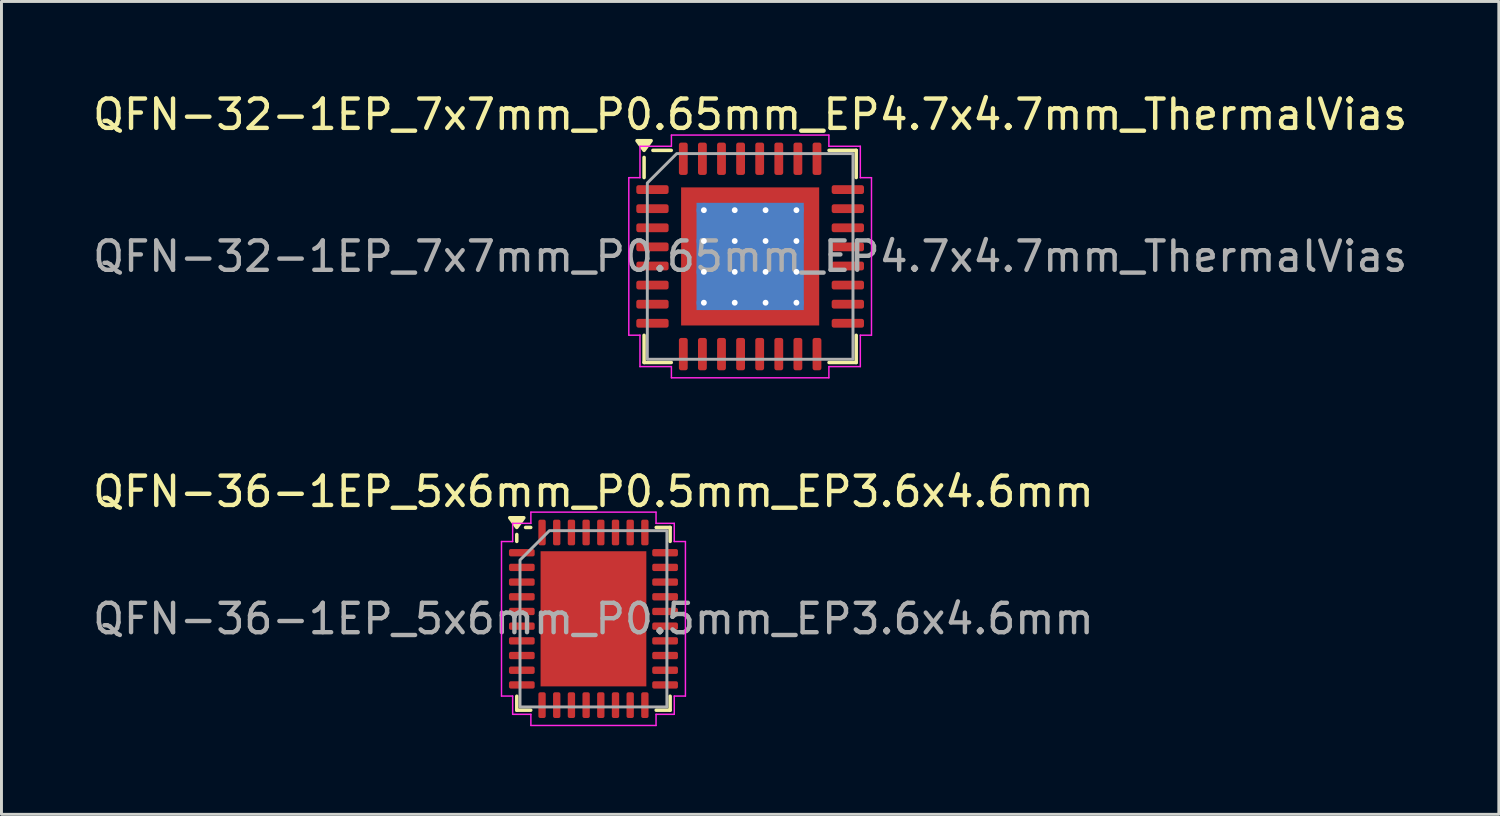
<source format=kicad_pcb>
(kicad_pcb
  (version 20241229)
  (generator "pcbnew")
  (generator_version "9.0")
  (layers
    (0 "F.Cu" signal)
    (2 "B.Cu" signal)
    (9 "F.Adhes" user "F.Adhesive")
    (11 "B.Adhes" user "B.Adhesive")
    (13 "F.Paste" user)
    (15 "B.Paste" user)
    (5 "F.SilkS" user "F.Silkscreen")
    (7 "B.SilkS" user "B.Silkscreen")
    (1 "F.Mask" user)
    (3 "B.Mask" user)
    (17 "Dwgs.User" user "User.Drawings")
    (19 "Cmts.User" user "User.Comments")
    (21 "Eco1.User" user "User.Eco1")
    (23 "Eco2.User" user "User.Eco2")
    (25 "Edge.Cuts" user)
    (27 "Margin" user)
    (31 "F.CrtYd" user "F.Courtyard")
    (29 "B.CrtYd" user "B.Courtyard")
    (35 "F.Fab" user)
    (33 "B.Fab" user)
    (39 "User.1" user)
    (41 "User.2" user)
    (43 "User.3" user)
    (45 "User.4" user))
  (footprint "QFN-36-1EP_5x6mm_P0.5mm_EP3.6x4.6mm"
    (layer "F.Cu")
    (at 17.149 18.012)
    (property "Reference" "QFN-36-1EP_5x6mm_P0.5mm_EP3.6x4.6mm" (at 0 -4.33 0) (layer "F.SilkS") (effects (font (size 1 1) (thickness 0.15))))
    (attr smd)
    (fp_line (start -2.61 -2.635) (end -2.61 -2.87) (stroke (width 0.12) (type solid)) (layer "F.SilkS"))
    (fp_line (start -2.61 3.11) (end -2.61 2.635) (stroke (width 0.12) (type solid)) (layer "F.SilkS"))
    (fp_line (start -2.135 -3.11) (end -2.31 -3.11) (stroke (width 0.12) (type solid)) (layer "F.SilkS"))
    (fp_line (start -2.135 3.11) (end -2.61 3.11) (stroke (width 0.12) (type solid)) (layer "F.SilkS"))
    (fp_line (start 2.135 -3.11) (end 2.61 -3.11) (stroke (width 0.12) (type solid)) (layer "F.SilkS"))
    (fp_line (start 2.135 3.11) (end 2.61 3.11) (stroke (width 0.12) (type solid)) (layer "F.SilkS"))
    (fp_line (start 2.61 -3.11) (end 2.61 -2.635) (stroke (width 0.12) (type solid)) (layer "F.SilkS"))
    (fp_line (start 2.61 3.11) (end 2.61 2.635) (stroke (width 0.12) (type solid)) (layer "F.SilkS"))
    (fp_poly (pts (xy -2.61 -3.11) (xy -2.85 -3.44) (xy -2.37 -3.44)) (stroke (width 0.12) (type solid)) (fill yes) (layer "F.SilkS"))
    (fp_line (start -3.13 -2.63) (end -2.75 -2.63) (stroke (width 0.05) (type solid)) (layer "F.CrtYd"))
    (fp_line (start -3.13 2.63) (end -3.13 -2.63) (stroke (width 0.05) (type solid)) (layer "F.CrtYd"))
    (fp_line (start -2.75 -3.25) (end -2.13 -3.25) (stroke (width 0.05) (type solid)) (layer "F.CrtYd"))
    (fp_line (start -2.75 -2.63) (end -2.75 -3.25) (stroke (width 0.05) (type solid)) (layer "F.CrtYd"))
    (fp_line (start -2.75 2.63) (end -3.13 2.63) (stroke (width 0.05) (type solid)) (layer "F.CrtYd"))
    (fp_line (start -2.75 3.25) (end -2.75 2.63) (stroke (width 0.05) (type solid)) (layer "F.CrtYd"))
    (fp_line (start -2.13 -3.63) (end 2.13 -3.63) (stroke (width 0.05) (type solid)) (layer "F.CrtYd"))
    (fp_line (start -2.13 -3.25) (end -2.13 -3.63) (stroke (width 0.05) (type solid)) (layer "F.CrtYd"))
    (fp_line (start -2.13 3.25) (end -2.75 3.25) (stroke (width 0.05) (type solid)) (layer "F.CrtYd"))
    (fp_line (start -2.13 3.63) (end -2.13 3.25) (stroke (width 0.05) (type solid)) (layer "F.CrtYd"))
    (fp_line (start 2.13 -3.63) (end 2.13 -3.25) (stroke (width 0.05) (type solid)) (layer "F.CrtYd"))
    (fp_line (start 2.13 -3.25) (end 2.75 -3.25) (stroke (width 0.05) (type solid)) (layer "F.CrtYd"))
    (fp_line (start 2.13 3.25) (end 2.13 3.63) (stroke (width 0.05) (type solid)) (layer "F.CrtYd"))
    (fp_line (start 2.13 3.63) (end -2.13 3.63) (stroke (width 0.05) (type solid)) (layer "F.CrtYd"))
    (fp_line (start 2.75 -3.25) (end 2.75 -2.63) (stroke (width 0.05) (type solid)) (layer "F.CrtYd"))
    (fp_line (start 2.75 -2.63) (end 3.13 -2.63) (stroke (width 0.05) (type solid)) (layer "F.CrtYd"))
    (fp_line (start 2.75 2.63) (end 2.75 3.25) (stroke (width 0.05) (type solid)) (layer "F.CrtYd"))
    (fp_line (start 2.75 3.25) (end 2.13 3.25) (stroke (width 0.05) (type solid)) (layer "F.CrtYd"))
    (fp_line (start 3.13 -2.63) (end 3.13 2.63) (stroke (width 0.05) (type solid)) (layer "F.CrtYd"))
    (fp_line (start 3.13 2.63) (end 2.75 2.63) (stroke (width 0.05) (type solid)) (layer "F.CrtYd"))
    (fp_poly (pts (xy -2.5 -2) (xy -2.5 3) (xy 2.5 3) (xy 2.5 -3) (xy -1.5 -3)) (stroke (width 0.1) (type solid)) (fill no) (layer "F.Fab"))
    (fp_text user "${REFERENCE}" (at 0 0 0) (layer "F.Fab") (effects (font (size 1 1) (thickness 0.15))))
    (pad "" smd roundrect (at -1.2 -1.725) (size 0.97 0.93) (layers "F.Paste") (roundrect_rratio 0.25))
    (pad "" smd roundrect (at -1.2 -0.575) (size 0.97 0.93) (layers "F.Paste") (roundrect_rratio 0.25))
    (pad "" smd roundrect (at -1.2 0.575) (size 0.97 0.93) (layers "F.Paste") (roundrect_rratio 0.25))
    (pad "" smd roundrect (at -1.2 1.725) (size 0.97 0.93) (layers "F.Paste") (roundrect_rratio 0.25))
    (pad "" smd roundrect (at 0 -1.725) (size 0.97 0.93) (layers "F.Paste") (roundrect_rratio 0.25))
    (pad "" smd roundrect (at 0 -0.575) (size 0.97 0.93) (layers "F.Paste") (roundrect_rratio 0.25))
    (pad "" smd roundrect (at 0 0.575) (size 0.97 0.93) (layers "F.Paste") (roundrect_rratio 0.25))
    (pad "" smd roundrect (at 0 1.725) (size 0.97 0.93) (layers "F.Paste") (roundrect_rratio 0.25))
    (pad "" smd roundrect (at 1.2 -1.725) (size 0.97 0.93) (layers "F.Paste") (roundrect_rratio 0.25))
    (pad "" smd roundrect (at 1.2 -0.575) (size 0.97 0.93) (layers "F.Paste") (roundrect_rratio 0.25))
    (pad "" smd roundrect (at 1.2 0.575) (size 0.97 0.93) (layers "F.Paste") (roundrect_rratio 0.25))
    (pad "" smd roundrect (at 1.2 1.725) (size 0.97 0.93) (layers "F.Paste") (roundrect_rratio 0.25))
    (pad "1" smd roundrect (at -2.438 -2.25) (size 0.875 0.25) (layers "F.Cu" "F.Mask" "F.Paste") (roundrect_rratio 0.25))
    (pad "2" smd roundrect (at -2.438 -1.75) (size 0.875 0.25) (layers "F.Cu" "F.Mask" "F.Paste") (roundrect_rratio 0.25))
    (pad "3" smd roundrect (at -2.438 -1.25) (size 0.875 0.25) (layers "F.Cu" "F.Mask" "F.Paste") (roundrect_rratio 0.25))
    (pad "4" smd roundrect (at -2.438 -0.75) (size 0.875 0.25) (layers "F.Cu" "F.Mask" "F.Paste") (roundrect_rratio 0.25))
    (pad "5" smd roundrect (at -2.438 -0.25) (size 0.875 0.25) (layers "F.Cu" "F.Mask" "F.Paste") (roundrect_rratio 0.25))
    (pad "6" smd roundrect (at -2.438 0.25) (size 0.875 0.25) (layers "F.Cu" "F.Mask" "F.Paste") (roundrect_rratio 0.25))
    (pad "7" smd roundrect (at -2.438 0.75) (size 0.875 0.25) (layers "F.Cu" "F.Mask" "F.Paste") (roundrect_rratio 0.25))
    (pad "8" smd roundrect (at -2.438 1.25) (size 0.875 0.25) (layers "F.Cu" "F.Mask" "F.Paste") (roundrect_rratio 0.25))
    (pad "9" smd roundrect (at -2.438 1.75) (size 0.875 0.25) (layers "F.Cu" "F.Mask" "F.Paste") (roundrect_rratio 0.25))
    (pad "10" smd roundrect (at -2.438 2.25) (size 0.875 0.25) (layers "F.Cu" "F.Mask" "F.Paste") (roundrect_rratio 0.25))
    (pad "11" smd roundrect (at -1.75 2.938) (size 0.25 0.875) (layers "F.Cu" "F.Mask" "F.Paste") (roundrect_rratio 0.25))
    (pad "12" smd roundrect (at -1.25 2.938) (size 0.25 0.875) (layers "F.Cu" "F.Mask" "F.Paste") (roundrect_rratio 0.25))
    (pad "13" smd roundrect (at -0.75 2.938) (size 0.25 0.875) (layers "F.Cu" "F.Mask" "F.Paste") (roundrect_rratio 0.25))
    (pad "14" smd roundrect (at -0.25 2.938) (size 0.25 0.875) (layers "F.Cu" "F.Mask" "F.Paste") (roundrect_rratio 0.25))
    (pad "15" smd roundrect (at 0.25 2.938) (size 0.25 0.875) (layers "F.Cu" "F.Mask" "F.Paste") (roundrect_rratio 0.25))
    (pad "16" smd roundrect (at 0.75 2.938) (size 0.25 0.875) (layers "F.Cu" "F.Mask" "F.Paste") (roundrect_rratio 0.25))
    (pad "17" smd roundrect (at 1.25 2.938) (size 0.25 0.875) (layers "F.Cu" "F.Mask" "F.Paste") (roundrect_rratio 0.25))
    (pad "18" smd roundrect (at 1.75 2.938) (size 0.25 0.875) (layers "F.Cu" "F.Mask" "F.Paste") (roundrect_rratio 0.25))
    (pad "19" smd roundrect (at 2.438 2.25) (size 0.875 0.25) (layers "F.Cu" "F.Mask" "F.Paste") (roundrect_rratio 0.25))
    (pad "20" smd roundrect (at 2.438 1.75) (size 0.875 0.25) (layers "F.Cu" "F.Mask" "F.Paste") (roundrect_rratio 0.25))
    (pad "21" smd roundrect (at 2.438 1.25) (size 0.875 0.25) (layers "F.Cu" "F.Mask" "F.Paste") (roundrect_rratio 0.25))
    (pad "22" smd roundrect (at 2.438 0.75) (size 0.875 0.25) (layers "F.Cu" "F.Mask" "F.Paste") (roundrect_rratio 0.25))
    (pad "23" smd roundrect (at 2.438 0.25) (size 0.875 0.25) (layers "F.Cu" "F.Mask" "F.Paste") (roundrect_rratio 0.25))
    (pad "24" smd roundrect (at 2.438 -0.25) (size 0.875 0.25) (layers "F.Cu" "F.Mask" "F.Paste") (roundrect_rratio 0.25))
    (pad "25" smd roundrect (at 2.438 -0.75) (size 0.875 0.25) (layers "F.Cu" "F.Mask" "F.Paste") (roundrect_rratio 0.25))
    (pad "26" smd roundrect (at 2.438 -1.25) (size 0.875 0.25) (layers "F.Cu" "F.Mask" "F.Paste") (roundrect_rratio 0.25))
    (pad "27" smd roundrect (at 2.438 -1.75) (size 0.875 0.25) (layers "F.Cu" "F.Mask" "F.Paste") (roundrect_rratio 0.25))
    (pad "28" smd roundrect (at 2.438 -2.25) (size 0.875 0.25) (layers "F.Cu" "F.Mask" "F.Paste") (roundrect_rratio 0.25))
    (pad "29" smd roundrect (at 1.75 -2.938) (size 0.25 0.875) (layers "F.Cu" "F.Mask" "F.Paste") (roundrect_rratio 0.25))
    (pad "30" smd roundrect (at 1.25 -2.938) (size 0.25 0.875) (layers "F.Cu" "F.Mask" "F.Paste") (roundrect_rratio 0.25))
    (pad "31" smd roundrect (at 0.75 -2.938) (size 0.25 0.875) (layers "F.Cu" "F.Mask" "F.Paste") (roundrect_rratio 0.25))
    (pad "32" smd roundrect (at 0.25 -2.938) (size 0.25 0.875) (layers "F.Cu" "F.Mask" "F.Paste") (roundrect_rratio 0.25))
    (pad "33" smd roundrect (at -0.25 -2.938) (size 0.25 0.875) (layers "F.Cu" "F.Mask" "F.Paste") (roundrect_rratio 0.25))
    (pad "34" smd roundrect (at -0.75 -2.938) (size 0.25 0.875) (layers "F.Cu" "F.Mask" "F.Paste") (roundrect_rratio 0.25))
    (pad "35" smd roundrect (at -1.25 -2.938) (size 0.25 0.875) (layers "F.Cu" "F.Mask" "F.Paste") (roundrect_rratio 0.25))
    (pad "36" smd roundrect (at -1.75 -2.938) (size 0.25 0.875) (layers "F.Cu" "F.Mask" "F.Paste") (roundrect_rratio 0.25))
    (pad "37" smd rect (at 0 0) (size 3.6 4.6) (property pad_prop_heatsink) (layers "F.Cu" "F.Mask")))
  (footprint "QFN-32-1EP_7x7mm_P0.65mm_EP4.7x4.7mm_ThermalVias"
    (layer "F.Cu")
    (at 22.482 5.678)
    (property "Reference" "QFN-32-1EP_7x7mm_P0.65mm_EP4.7x4.7mm_ThermalVias" (at 0 -4.83 0) (layer "F.SilkS") (effects (font (size 1 1) (thickness 0.15))))
    (attr smd)
    (fp_line (start -3.61 -2.685) (end -3.61 -3.37) (stroke (width 0.12) (type solid)) (layer "F.SilkS"))
    (fp_line (start -3.61 3.61) (end -3.61 2.685) (stroke (width 0.12) (type solid)) (layer "F.SilkS"))
    (fp_line (start -2.685 -3.61) (end -3.31 -3.61) (stroke (width 0.12) (type solid)) (layer "F.SilkS"))
    (fp_line (start -2.685 3.61) (end -3.61 3.61) (stroke (width 0.12) (type solid)) (layer "F.SilkS"))
    (fp_line (start 2.685 -3.61) (end 3.61 -3.61) (stroke (width 0.12) (type solid)) (layer "F.SilkS"))
    (fp_line (start 2.685 3.61) (end 3.61 3.61) (stroke (width 0.12) (type solid)) (layer "F.SilkS"))
    (fp_line (start 3.61 -3.61) (end 3.61 -2.685) (stroke (width 0.12) (type solid)) (layer "F.SilkS"))
    (fp_line (start 3.61 3.61) (end 3.61 2.685) (stroke (width 0.12) (type solid)) (layer "F.SilkS"))
    (fp_poly (pts (xy -3.61 -3.61) (xy -3.85 -3.94) (xy -3.37 -3.94)) (stroke (width 0.12) (type solid)) (fill yes) (layer "F.SilkS"))
    (fp_line (start -4.13 -2.68) (end -3.75 -2.68) (stroke (width 0.05) (type solid)) (layer "F.CrtYd"))
    (fp_line (start -4.13 2.68) (end -4.13 -2.68) (stroke (width 0.05) (type solid)) (layer "F.CrtYd"))
    (fp_line (start -3.75 -3.75) (end -2.68 -3.75) (stroke (width 0.05) (type solid)) (layer "F.CrtYd"))
    (fp_line (start -3.75 -2.68) (end -3.75 -3.75) (stroke (width 0.05) (type solid)) (layer "F.CrtYd"))
    (fp_line (start -3.75 2.68) (end -4.13 2.68) (stroke (width 0.05) (type solid)) (layer "F.CrtYd"))
    (fp_line (start -3.75 3.75) (end -3.75 2.68) (stroke (width 0.05) (type solid)) (layer "F.CrtYd"))
    (fp_line (start -2.68 -4.13) (end 2.68 -4.13) (stroke (width 0.05) (type solid)) (layer "F.CrtYd"))
    (fp_line (start -2.68 -3.75) (end -2.68 -4.13) (stroke (width 0.05) (type solid)) (layer "F.CrtYd"))
    (fp_line (start -2.68 3.75) (end -3.75 3.75) (stroke (width 0.05) (type solid)) (layer "F.CrtYd"))
    (fp_line (start -2.68 4.13) (end -2.68 3.75) (stroke (width 0.05) (type solid)) (layer "F.CrtYd"))
    (fp_line (start 2.68 -4.13) (end 2.68 -3.75) (stroke (width 0.05) (type solid)) (layer "F.CrtYd"))
    (fp_line (start 2.68 -3.75) (end 3.75 -3.75) (stroke (width 0.05) (type solid)) (layer "F.CrtYd"))
    (fp_line (start 2.68 3.75) (end 2.68 4.13) (stroke (width 0.05) (type solid)) (layer "F.CrtYd"))
    (fp_line (start 2.68 4.13) (end -2.68 4.13) (stroke (width 0.05) (type solid)) (layer "F.CrtYd"))
    (fp_line (start 3.75 -3.75) (end 3.75 -2.68) (stroke (width 0.05) (type solid)) (layer "F.CrtYd"))
    (fp_line (start 3.75 -2.68) (end 4.13 -2.68) (stroke (width 0.05) (type solid)) (layer "F.CrtYd"))
    (fp_line (start 3.75 2.68) (end 3.75 3.75) (stroke (width 0.05) (type solid)) (layer "F.CrtYd"))
    (fp_line (start 3.75 3.75) (end 2.68 3.75) (stroke (width 0.05) (type solid)) (layer "F.CrtYd"))
    (fp_line (start 4.13 -2.68) (end 4.13 2.68) (stroke (width 0.05) (type solid)) (layer "F.CrtYd"))
    (fp_line (start 4.13 2.68) (end 3.75 2.68) (stroke (width 0.05) (type solid)) (layer "F.CrtYd"))
    (fp_poly (pts (xy -3.5 -2.5) (xy -3.5 3.5) (xy 3.5 3.5) (xy 3.5 -3.5) (xy -2.5 -3.5)) (stroke (width 0.1) (type solid)) (fill no) (layer "F.Fab"))
    (fp_text user "${REFERENCE}" (at 0 0 0) (layer "F.Fab") (effects (font (size 1 1) (thickness 0.15))))
    (pad "" smd roundrect (at -1.77 -1.77) (size 0.95 0.95) (layers "F.Paste") (roundrect_rratio 0.25))
    (pad "" smd roundrect (at -1.77 -0.59) (size 0.95 0.95) (layers "F.Paste") (roundrect_rratio 0.25))
    (pad "" smd roundrect (at -1.77 0.59) (size 0.95 0.95) (layers "F.Paste") (roundrect_rratio 0.25))
    (pad "" smd roundrect (at -1.77 1.77) (size 0.95 0.95) (layers "F.Paste") (roundrect_rratio 0.25))
    (pad "" smd roundrect (at -0.59 -1.77) (size 0.95 0.95) (layers "F.Paste") (roundrect_rratio 0.25))
    (pad "" smd roundrect (at -0.59 -0.59) (size 0.95 0.95) (layers "F.Paste") (roundrect_rratio 0.25))
    (pad "" smd roundrect (at -0.59 0.59) (size 0.95 0.95) (layers "F.Paste") (roundrect_rratio 0.25))
    (pad "" smd roundrect (at -0.59 1.77) (size 0.95 0.95) (layers "F.Paste") (roundrect_rratio 0.25))
    (pad "" smd roundrect (at 0.59 -1.77) (size 0.95 0.95) (layers "F.Paste") (roundrect_rratio 0.25))
    (pad "" smd roundrect (at 0.59 -0.59) (size 0.95 0.95) (layers "F.Paste") (roundrect_rratio 0.25))
    (pad "" smd roundrect (at 0.59 0.59) (size 0.95 0.95) (layers "F.Paste") (roundrect_rratio 0.25))
    (pad "" smd roundrect (at 0.59 1.77) (size 0.95 0.95) (layers "F.Paste") (roundrect_rratio 0.25))
    (pad "" smd roundrect (at 1.77 -1.77) (size 0.95 0.95) (layers "F.Paste") (roundrect_rratio 0.25))
    (pad "" smd roundrect (at 1.77 -0.59) (size 0.95 0.95) (layers "F.Paste") (roundrect_rratio 0.25))
    (pad "" smd roundrect (at 1.77 0.59) (size 0.95 0.95) (layers "F.Paste") (roundrect_rratio 0.25))
    (pad "" smd roundrect (at 1.77 1.77) (size 0.95 0.95) (layers "F.Paste") (roundrect_rratio 0.25))
    (pad "1" smd roundrect (at -3.325 -2.275) (size 1.1 0.3) (layers "F.Cu" "F.Mask" "F.Paste") (roundrect_rratio 0.25))
    (pad "2" smd roundrect (at -3.325 -1.625) (size 1.1 0.3) (layers "F.Cu" "F.Mask" "F.Paste") (roundrect_rratio 0.25))
    (pad "3" smd roundrect (at -3.325 -0.975) (size 1.1 0.3) (layers "F.Cu" "F.Mask" "F.Paste") (roundrect_rratio 0.25))
    (pad "4" smd roundrect (at -3.325 -0.325) (size 1.1 0.3) (layers "F.Cu" "F.Mask" "F.Paste") (roundrect_rratio 0.25))
    (pad "5" smd roundrect (at -3.325 0.325) (size 1.1 0.3) (layers "F.Cu" "F.Mask" "F.Paste") (roundrect_rratio 0.25))
    (pad "6" smd roundrect (at -3.325 0.975) (size 1.1 0.3) (layers "F.Cu" "F.Mask" "F.Paste") (roundrect_rratio 0.25))
    (pad "7" smd roundrect (at -3.325 1.625) (size 1.1 0.3) (layers "F.Cu" "F.Mask" "F.Paste") (roundrect_rratio 0.25))
    (pad "8" smd roundrect (at -3.325 2.275) (size 1.1 0.3) (layers "F.Cu" "F.Mask" "F.Paste") (roundrect_rratio 0.25))
    (pad "9" smd roundrect (at -2.275 3.325) (size 0.3 1.1) (layers "F.Cu" "F.Mask" "F.Paste") (roundrect_rratio 0.25))
    (pad "10" smd roundrect (at -1.625 3.325) (size 0.3 1.1) (layers "F.Cu" "F.Mask" "F.Paste") (roundrect_rratio 0.25))
    (pad "11" smd roundrect (at -0.975 3.325) (size 0.3 1.1) (layers "F.Cu" "F.Mask" "F.Paste") (roundrect_rratio 0.25))
    (pad "12" smd roundrect (at -0.325 3.325) (size 0.3 1.1) (layers "F.Cu" "F.Mask" "F.Paste") (roundrect_rratio 0.25))
    (pad "13" smd roundrect (at 0.325 3.325) (size 0.3 1.1) (layers "F.Cu" "F.Mask" "F.Paste") (roundrect_rratio 0.25))
    (pad "14" smd roundrect (at 0.975 3.325) (size 0.3 1.1) (layers "F.Cu" "F.Mask" "F.Paste") (roundrect_rratio 0.25))
    (pad "15" smd roundrect (at 1.625 3.325) (size 0.3 1.1) (layers "F.Cu" "F.Mask" "F.Paste") (roundrect_rratio 0.25))
    (pad "16" smd roundrect (at 2.275 3.325) (size 0.3 1.1) (layers "F.Cu" "F.Mask" "F.Paste") (roundrect_rratio 0.25))
    (pad "17" smd roundrect (at 3.325 2.275) (size 1.1 0.3) (layers "F.Cu" "F.Mask" "F.Paste") (roundrect_rratio 0.25))
    (pad "18" smd roundrect (at 3.325 1.625) (size 1.1 0.3) (layers "F.Cu" "F.Mask" "F.Paste") (roundrect_rratio 0.25))
    (pad "19" smd roundrect (at 3.325 0.975) (size 1.1 0.3) (layers "F.Cu" "F.Mask" "F.Paste") (roundrect_rratio 0.25))
    (pad "20" smd roundrect (at 3.325 0.325) (size 1.1 0.3) (layers "F.Cu" "F.Mask" "F.Paste") (roundrect_rratio 0.25))
    (pad "21" smd roundrect (at 3.325 -0.325) (size 1.1 0.3) (layers "F.Cu" "F.Mask" "F.Paste") (roundrect_rratio 0.25))
    (pad "22" smd roundrect (at 3.325 -0.975) (size 1.1 0.3) (layers "F.Cu" "F.Mask" "F.Paste") (roundrect_rratio 0.25))
    (pad "23" smd roundrect (at 3.325 -1.625) (size 1.1 0.3) (layers "F.Cu" "F.Mask" "F.Paste") (roundrect_rratio 0.25))
    (pad "24" smd roundrect (at 3.325 -2.275) (size 1.1 0.3) (layers "F.Cu" "F.Mask" "F.Paste") (roundrect_rratio 0.25))
    (pad "25" smd roundrect (at 2.275 -3.325) (size 0.3 1.1) (layers "F.Cu" "F.Mask" "F.Paste") (roundrect_rratio 0.25))
    (pad "26" smd roundrect (at 1.625 -3.325) (size 0.3 1.1) (layers "F.Cu" "F.Mask" "F.Paste") (roundrect_rratio 0.25))
    (pad "27" smd roundrect (at 0.975 -3.325) (size 0.3 1.1) (layers "F.Cu" "F.Mask" "F.Paste") (roundrect_rratio 0.25))
    (pad "28" smd roundrect (at 0.325 -3.325) (size 0.3 1.1) (layers "F.Cu" "F.Mask" "F.Paste") (roundrect_rratio 0.25))
    (pad "29" smd roundrect (at -0.325 -3.325) (size 0.3 1.1) (layers "F.Cu" "F.Mask" "F.Paste") (roundrect_rratio 0.25))
    (pad "30" smd roundrect (at -0.975 -3.325) (size 0.3 1.1) (layers "F.Cu" "F.Mask" "F.Paste") (roundrect_rratio 0.25))
    (pad "31" smd roundrect (at -1.625 -3.325) (size 0.3 1.1) (layers "F.Cu" "F.Mask" "F.Paste") (roundrect_rratio 0.25))
    (pad "32" smd roundrect (at -2.275 -3.325) (size 0.3 1.1) (layers "F.Cu" "F.Mask" "F.Paste") (roundrect_rratio 0.25))
    (pad "33" thru_hole circle (at -1.575 -1.575) (size 0.5 0.5) (drill 0.2) (property pad_prop_heatsink) (layers "*.Cu"))
    (pad "33" thru_hole circle (at -1.575 -0.525) (size 0.5 0.5) (drill 0.2) (property pad_prop_heatsink) (layers "*.Cu"))
    (pad "33" thru_hole circle (at -1.575 0.525) (size 0.5 0.5) (drill 0.2) (property pad_prop_heatsink) (layers "*.Cu"))
    (pad "33" thru_hole circle (at -1.575 1.575) (size 0.5 0.5) (drill 0.2) (property pad_prop_heatsink) (layers "*.Cu"))
    (pad "33" thru_hole circle (at -0.525 -1.575) (size 0.5 0.5) (drill 0.2) (property pad_prop_heatsink) (layers "*.Cu"))
    (pad "33" thru_hole circle (at -0.525 -0.525) (size 0.5 0.5) (drill 0.2) (property pad_prop_heatsink) (layers "*.Cu"))
    (pad "33" thru_hole circle (at -0.525 0.525) (size 0.5 0.5) (drill 0.2) (property pad_prop_heatsink) (layers "*.Cu"))
    (pad "33" thru_hole circle (at -0.525 1.575) (size 0.5 0.5) (drill 0.2) (property pad_prop_heatsink) (layers "*.Cu"))
    (pad "33" smd rect (at 0 0) (size 3.65 3.65) (property pad_prop_heatsink) (layers "B.Cu"))
    (pad "33" smd rect (at 0 0) (size 4.7 4.7) (property pad_prop_heatsink) (layers "F.Cu" "F.Mask"))
    (pad "33" thru_hole circle (at 0.525 -1.575) (size 0.5 0.5) (drill 0.2) (property pad_prop_heatsink) (layers "*.Cu"))
    (pad "33" thru_hole circle (at 0.525 -0.525) (size 0.5 0.5) (drill 0.2) (property pad_prop_heatsink) (layers "*.Cu"))
    (pad "33" thru_hole circle (at 0.525 0.525) (size 0.5 0.5) (drill 0.2) (property pad_prop_heatsink) (layers "*.Cu"))
    (pad "33" thru_hole circle (at 0.525 1.575) (size 0.5 0.5) (drill 0.2) (property pad_prop_heatsink) (layers "*.Cu"))
    (pad "33" thru_hole circle (at 1.575 -1.575) (size 0.5 0.5) (drill 0.2) (property pad_prop_heatsink) (layers "*.Cu"))
    (pad "33" thru_hole circle (at 1.575 -0.525) (size 0.5 0.5) (drill 0.2) (property pad_prop_heatsink) (layers "*.Cu"))
    (pad "33" thru_hole circle (at 1.575 0.525) (size 0.5 0.5) (drill 0.2) (property pad_prop_heatsink) (layers "*.Cu"))
    (pad "33" thru_hole circle (at 1.575 1.575) (size 0.5 0.5) (drill 0.2) (property pad_prop_heatsink) (layers "*.Cu")))
  (gr_rect
    (start -3 -3)
    (end 47.964 24.666)
    (stroke (width 0.1) (type default))
    (fill no)
    (layer "Edge.Cuts")))
</source>
